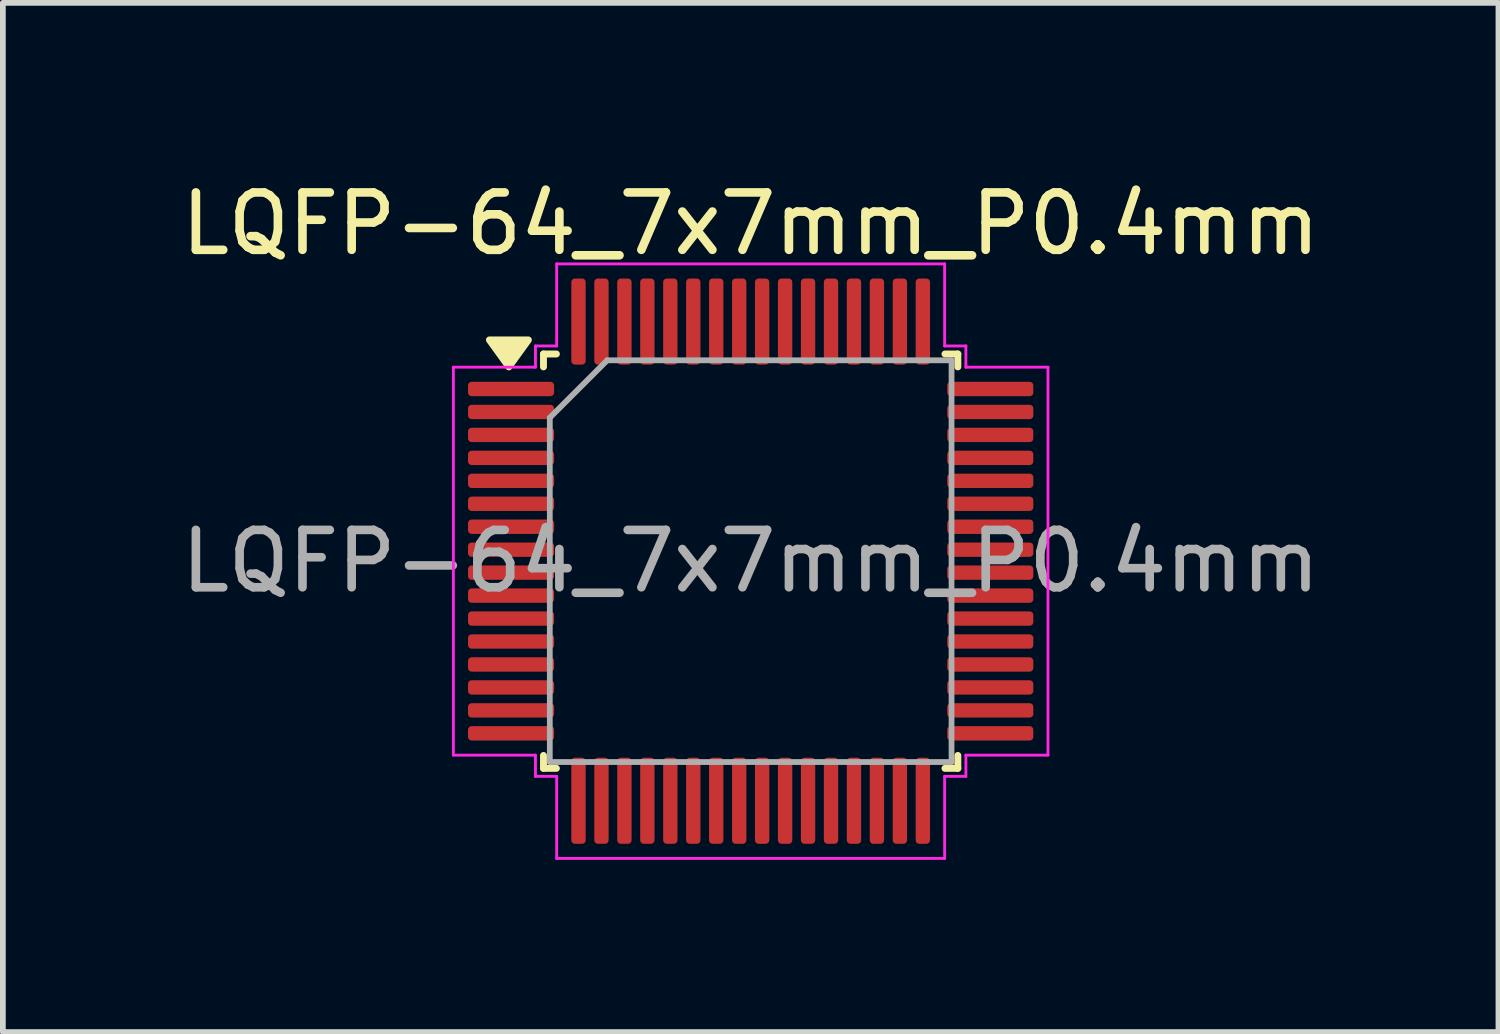
<source format=kicad_pcb>
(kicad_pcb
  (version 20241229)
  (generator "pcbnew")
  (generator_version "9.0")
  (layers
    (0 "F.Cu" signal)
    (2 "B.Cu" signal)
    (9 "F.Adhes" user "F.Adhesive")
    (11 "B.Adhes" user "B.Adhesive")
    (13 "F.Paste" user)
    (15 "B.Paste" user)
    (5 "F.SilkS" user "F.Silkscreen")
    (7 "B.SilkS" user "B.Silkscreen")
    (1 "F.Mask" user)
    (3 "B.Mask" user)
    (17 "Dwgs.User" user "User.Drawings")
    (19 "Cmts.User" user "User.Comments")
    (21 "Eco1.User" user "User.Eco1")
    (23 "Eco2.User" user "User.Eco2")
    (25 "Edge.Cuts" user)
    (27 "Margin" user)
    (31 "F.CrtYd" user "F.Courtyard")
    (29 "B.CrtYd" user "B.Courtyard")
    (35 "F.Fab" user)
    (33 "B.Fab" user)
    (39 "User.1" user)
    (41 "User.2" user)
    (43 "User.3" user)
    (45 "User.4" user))
  (footprint "LQFP-64_7x7mm_P0.4mm"
    (layer "F.Cu")
    (at 10.03 6.728)
    (property "Reference" "LQFP-64_7x7mm_P0.4mm" (at 0 -5.88 0) (layer "F.SilkS") (effects (font (size 1 1) (thickness 0.15))))
    (attr smd)
    (fp_line (start -3.61 -3.61) (end -3.61 -3.385) (stroke (width 0.12) (type solid)) (layer "F.SilkS"))
    (fp_line (start -3.61 3.61) (end -3.61 3.385) (stroke (width 0.12) (type solid)) (layer "F.SilkS"))
    (fp_line (start -3.385 -3.61) (end -3.61 -3.61) (stroke (width 0.12) (type solid)) (layer "F.SilkS"))
    (fp_line (start -3.385 3.61) (end -3.61 3.61) (stroke (width 0.12) (type solid)) (layer "F.SilkS"))
    (fp_line (start 3.385 -3.61) (end 3.61 -3.61) (stroke (width 0.12) (type solid)) (layer "F.SilkS"))
    (fp_line (start 3.385 3.61) (end 3.61 3.61) (stroke (width 0.12) (type solid)) (layer "F.SilkS"))
    (fp_line (start 3.61 -3.61) (end 3.61 -3.385) (stroke (width 0.12) (type solid)) (layer "F.SilkS"))
    (fp_line (start 3.61 3.61) (end 3.61 3.385) (stroke (width 0.12) (type solid)) (layer "F.SilkS"))
    (fp_poly (pts (xy -4.213 -3.385) (xy -4.553 -3.855) (xy -3.873 -3.855)) (stroke (width 0.12) (type solid)) (fill yes) (layer "F.SilkS"))
    (fp_line (start -5.18 -3.38) (end -3.75 -3.38) (stroke (width 0.05) (type solid)) (layer "F.CrtYd"))
    (fp_line (start -5.18 3.38) (end -5.18 -3.38) (stroke (width 0.05) (type solid)) (layer "F.CrtYd"))
    (fp_line (start -3.75 -3.75) (end -3.38 -3.75) (stroke (width 0.05) (type solid)) (layer "F.CrtYd"))
    (fp_line (start -3.75 -3.38) (end -3.75 -3.75) (stroke (width 0.05) (type solid)) (layer "F.CrtYd"))
    (fp_line (start -3.75 3.38) (end -5.18 3.38) (stroke (width 0.05) (type solid)) (layer "F.CrtYd"))
    (fp_line (start -3.75 3.75) (end -3.75 3.38) (stroke (width 0.05) (type solid)) (layer "F.CrtYd"))
    (fp_line (start -3.38 -5.18) (end 3.38 -5.18) (stroke (width 0.05) (type solid)) (layer "F.CrtYd"))
    (fp_line (start -3.38 -3.75) (end -3.38 -5.18) (stroke (width 0.05) (type solid)) (layer "F.CrtYd"))
    (fp_line (start -3.38 3.75) (end -3.75 3.75) (stroke (width 0.05) (type solid)) (layer "F.CrtYd"))
    (fp_line (start -3.38 5.18) (end -3.38 3.75) (stroke (width 0.05) (type solid)) (layer "F.CrtYd"))
    (fp_line (start 3.38 -5.18) (end 3.38 -3.75) (stroke (width 0.05) (type solid)) (layer "F.CrtYd"))
    (fp_line (start 3.38 -3.75) (end 3.75 -3.75) (stroke (width 0.05) (type solid)) (layer "F.CrtYd"))
    (fp_line (start 3.38 3.75) (end 3.38 5.18) (stroke (width 0.05) (type solid)) (layer "F.CrtYd"))
    (fp_line (start 3.38 5.18) (end -3.38 5.18) (stroke (width 0.05) (type solid)) (layer "F.CrtYd"))
    (fp_line (start 3.75 -3.75) (end 3.75 -3.38) (stroke (width 0.05) (type solid)) (layer "F.CrtYd"))
    (fp_line (start 3.75 -3.38) (end 5.18 -3.38) (stroke (width 0.05) (type solid)) (layer "F.CrtYd"))
    (fp_line (start 3.75 3.38) (end 3.75 3.75) (stroke (width 0.05) (type solid)) (layer "F.CrtYd"))
    (fp_line (start 3.75 3.75) (end 3.38 3.75) (stroke (width 0.05) (type solid)) (layer "F.CrtYd"))
    (fp_line (start 5.18 -3.38) (end 5.18 3.38) (stroke (width 0.05) (type solid)) (layer "F.CrtYd"))
    (fp_line (start 5.18 3.38) (end 3.75 3.38) (stroke (width 0.05) (type solid)) (layer "F.CrtYd"))
    (fp_line (start -3.5 -2.5) (end -2.5 -3.5) (stroke (width 0.1) (type solid)) (layer "F.Fab"))
    (fp_line (start -3.5 3.5) (end -3.5 -2.5) (stroke (width 0.1) (type solid)) (layer "F.Fab"))
    (fp_line (start -2.5 -3.5) (end 3.5 -3.5) (stroke (width 0.1) (type solid)) (layer "F.Fab"))
    (fp_line (start 3.5 -3.5) (end 3.5 3.5) (stroke (width 0.1) (type solid)) (layer "F.Fab"))
    (fp_line (start 3.5 3.5) (end -3.5 3.5) (stroke (width 0.1) (type solid)) (layer "F.Fab"))
    (fp_text user "${REFERENCE}" (at 0 0 0) (layer "F.Fab") (effects (font (size 1 1) (thickness 0.15))))
    (pad "1" smd roundrect (at -4.175 -3) (size 1.5 0.25) (layers "F.Cu" "F.Mask" "F.Paste") (roundrect_rratio 0.25))
    (pad "2" smd roundrect (at -4.175 -2.6) (size 1.5 0.25) (layers "F.Cu" "F.Mask" "F.Paste") (roundrect_rratio 0.25))
    (pad "3" smd roundrect (at -4.175 -2.2) (size 1.5 0.25) (layers "F.Cu" "F.Mask" "F.Paste") (roundrect_rratio 0.25))
    (pad "4" smd roundrect (at -4.175 -1.8) (size 1.5 0.25) (layers "F.Cu" "F.Mask" "F.Paste") (roundrect_rratio 0.25))
    (pad "5" smd roundrect (at -4.175 -1.4) (size 1.5 0.25) (layers "F.Cu" "F.Mask" "F.Paste") (roundrect_rratio 0.25))
    (pad "6" smd roundrect (at -4.175 -1) (size 1.5 0.25) (layers "F.Cu" "F.Mask" "F.Paste") (roundrect_rratio 0.25))
    (pad "7" smd roundrect (at -4.175 -0.6) (size 1.5 0.25) (layers "F.Cu" "F.Mask" "F.Paste") (roundrect_rratio 0.25))
    (pad "8" smd roundrect (at -4.175 -0.2) (size 1.5 0.25) (layers "F.Cu" "F.Mask" "F.Paste") (roundrect_rratio 0.25))
    (pad "9" smd roundrect (at -4.175 0.2) (size 1.5 0.25) (layers "F.Cu" "F.Mask" "F.Paste") (roundrect_rratio 0.25))
    (pad "10" smd roundrect (at -4.175 0.6) (size 1.5 0.25) (layers "F.Cu" "F.Mask" "F.Paste") (roundrect_rratio 0.25))
    (pad "11" smd roundrect (at -4.175 1) (size 1.5 0.25) (layers "F.Cu" "F.Mask" "F.Paste") (roundrect_rratio 0.25))
    (pad "12" smd roundrect (at -4.175 1.4) (size 1.5 0.25) (layers "F.Cu" "F.Mask" "F.Paste") (roundrect_rratio 0.25))
    (pad "13" smd roundrect (at -4.175 1.8) (size 1.5 0.25) (layers "F.Cu" "F.Mask" "F.Paste") (roundrect_rratio 0.25))
    (pad "14" smd roundrect (at -4.175 2.2) (size 1.5 0.25) (layers "F.Cu" "F.Mask" "F.Paste") (roundrect_rratio 0.25))
    (pad "15" smd roundrect (at -4.175 2.6) (size 1.5 0.25) (layers "F.Cu" "F.Mask" "F.Paste") (roundrect_rratio 0.25))
    (pad "16" smd roundrect (at -4.175 3) (size 1.5 0.25) (layers "F.Cu" "F.Mask" "F.Paste") (roundrect_rratio 0.25))
    (pad "17" smd roundrect (at -3 4.175) (size 0.25 1.5) (layers "F.Cu" "F.Mask" "F.Paste") (roundrect_rratio 0.25))
    (pad "18" smd roundrect (at -2.6 4.175) (size 0.25 1.5) (layers "F.Cu" "F.Mask" "F.Paste") (roundrect_rratio 0.25))
    (pad "19" smd roundrect (at -2.2 4.175) (size 0.25 1.5) (layers "F.Cu" "F.Mask" "F.Paste") (roundrect_rratio 0.25))
    (pad "20" smd roundrect (at -1.8 4.175) (size 0.25 1.5) (layers "F.Cu" "F.Mask" "F.Paste") (roundrect_rratio 0.25))
    (pad "21" smd roundrect (at -1.4 4.175) (size 0.25 1.5) (layers "F.Cu" "F.Mask" "F.Paste") (roundrect_rratio 0.25))
    (pad "22" smd roundrect (at -1 4.175) (size 0.25 1.5) (layers "F.Cu" "F.Mask" "F.Paste") (roundrect_rratio 0.25))
    (pad "23" smd roundrect (at -0.6 4.175) (size 0.25 1.5) (layers "F.Cu" "F.Mask" "F.Paste") (roundrect_rratio 0.25))
    (pad "24" smd roundrect (at -0.2 4.175) (size 0.25 1.5) (layers "F.Cu" "F.Mask" "F.Paste") (roundrect_rratio 0.25))
    (pad "25" smd roundrect (at 0.2 4.175) (size 0.25 1.5) (layers "F.Cu" "F.Mask" "F.Paste") (roundrect_rratio 0.25))
    (pad "26" smd roundrect (at 0.6 4.175) (size 0.25 1.5) (layers "F.Cu" "F.Mask" "F.Paste") (roundrect_rratio 0.25))
    (pad "27" smd roundrect (at 1 4.175) (size 0.25 1.5) (layers "F.Cu" "F.Mask" "F.Paste") (roundrect_rratio 0.25))
    (pad "28" smd roundrect (at 1.4 4.175) (size 0.25 1.5) (layers "F.Cu" "F.Mask" "F.Paste") (roundrect_rratio 0.25))
    (pad "29" smd roundrect (at 1.8 4.175) (size 0.25 1.5) (layers "F.Cu" "F.Mask" "F.Paste") (roundrect_rratio 0.25))
    (pad "30" smd roundrect (at 2.2 4.175) (size 0.25 1.5) (layers "F.Cu" "F.Mask" "F.Paste") (roundrect_rratio 0.25))
    (pad "31" smd roundrect (at 2.6 4.175) (size 0.25 1.5) (layers "F.Cu" "F.Mask" "F.Paste") (roundrect_rratio 0.25))
    (pad "32" smd roundrect (at 3 4.175) (size 0.25 1.5) (layers "F.Cu" "F.Mask" "F.Paste") (roundrect_rratio 0.25))
    (pad "33" smd roundrect (at 4.175 3) (size 1.5 0.25) (layers "F.Cu" "F.Mask" "F.Paste") (roundrect_rratio 0.25))
    (pad "34" smd roundrect (at 4.175 2.6) (size 1.5 0.25) (layers "F.Cu" "F.Mask" "F.Paste") (roundrect_rratio 0.25))
    (pad "35" smd roundrect (at 4.175 2.2) (size 1.5 0.25) (layers "F.Cu" "F.Mask" "F.Paste") (roundrect_rratio 0.25))
    (pad "36" smd roundrect (at 4.175 1.8) (size 1.5 0.25) (layers "F.Cu" "F.Mask" "F.Paste") (roundrect_rratio 0.25))
    (pad "37" smd roundrect (at 4.175 1.4) (size 1.5 0.25) (layers "F.Cu" "F.Mask" "F.Paste") (roundrect_rratio 0.25))
    (pad "38" smd roundrect (at 4.175 1) (size 1.5 0.25) (layers "F.Cu" "F.Mask" "F.Paste") (roundrect_rratio 0.25))
    (pad "39" smd roundrect (at 4.175 0.6) (size 1.5 0.25) (layers "F.Cu" "F.Mask" "F.Paste") (roundrect_rratio 0.25))
    (pad "40" smd roundrect (at 4.175 0.2) (size 1.5 0.25) (layers "F.Cu" "F.Mask" "F.Paste") (roundrect_rratio 0.25))
    (pad "41" smd roundrect (at 4.175 -0.2) (size 1.5 0.25) (layers "F.Cu" "F.Mask" "F.Paste") (roundrect_rratio 0.25))
    (pad "42" smd roundrect (at 4.175 -0.6) (size 1.5 0.25) (layers "F.Cu" "F.Mask" "F.Paste") (roundrect_rratio 0.25))
    (pad "43" smd roundrect (at 4.175 -1) (size 1.5 0.25) (layers "F.Cu" "F.Mask" "F.Paste") (roundrect_rratio 0.25))
    (pad "44" smd roundrect (at 4.175 -1.4) (size 1.5 0.25) (layers "F.Cu" "F.Mask" "F.Paste") (roundrect_rratio 0.25))
    (pad "45" smd roundrect (at 4.175 -1.8) (size 1.5 0.25) (layers "F.Cu" "F.Mask" "F.Paste") (roundrect_rratio 0.25))
    (pad "46" smd roundrect (at 4.175 -2.2) (size 1.5 0.25) (layers "F.Cu" "F.Mask" "F.Paste") (roundrect_rratio 0.25))
    (pad "47" smd roundrect (at 4.175 -2.6) (size 1.5 0.25) (layers "F.Cu" "F.Mask" "F.Paste") (roundrect_rratio 0.25))
    (pad "48" smd roundrect (at 4.175 -3) (size 1.5 0.25) (layers "F.Cu" "F.Mask" "F.Paste") (roundrect_rratio 0.25))
    (pad "49" smd roundrect (at 3 -4.175) (size 0.25 1.5) (layers "F.Cu" "F.Mask" "F.Paste") (roundrect_rratio 0.25))
    (pad "50" smd roundrect (at 2.6 -4.175) (size 0.25 1.5) (layers "F.Cu" "F.Mask" "F.Paste") (roundrect_rratio 0.25))
    (pad "51" smd roundrect (at 2.2 -4.175) (size 0.25 1.5) (layers "F.Cu" "F.Mask" "F.Paste") (roundrect_rratio 0.25))
    (pad "52" smd roundrect (at 1.8 -4.175) (size 0.25 1.5) (layers "F.Cu" "F.Mask" "F.Paste") (roundrect_rratio 0.25))
    (pad "53" smd roundrect (at 1.4 -4.175) (size 0.25 1.5) (layers "F.Cu" "F.Mask" "F.Paste") (roundrect_rratio 0.25))
    (pad "54" smd roundrect (at 1 -4.175) (size 0.25 1.5) (layers "F.Cu" "F.Mask" "F.Paste") (roundrect_rratio 0.25))
    (pad "55" smd roundrect (at 0.6 -4.175) (size 0.25 1.5) (layers "F.Cu" "F.Mask" "F.Paste") (roundrect_rratio 0.25))
    (pad "56" smd roundrect (at 0.2 -4.175) (size 0.25 1.5) (layers "F.Cu" "F.Mask" "F.Paste") (roundrect_rratio 0.25))
    (pad "57" smd roundrect (at -0.2 -4.175) (size 0.25 1.5) (layers "F.Cu" "F.Mask" "F.Paste") (roundrect_rratio 0.25))
    (pad "58" smd roundrect (at -0.6 -4.175) (size 0.25 1.5) (layers "F.Cu" "F.Mask" "F.Paste") (roundrect_rratio 0.25))
    (pad "59" smd roundrect (at -1 -4.175) (size 0.25 1.5) (layers "F.Cu" "F.Mask" "F.Paste") (roundrect_rratio 0.25))
    (pad "60" smd roundrect (at -1.4 -4.175) (size 0.25 1.5) (layers "F.Cu" "F.Mask" "F.Paste") (roundrect_rratio 0.25))
    (pad "61" smd roundrect (at -1.8 -4.175) (size 0.25 1.5) (layers "F.Cu" "F.Mask" "F.Paste") (roundrect_rratio 0.25))
    (pad "62" smd roundrect (at -2.2 -4.175) (size 0.25 1.5) (layers "F.Cu" "F.Mask" "F.Paste") (roundrect_rratio 0.25))
    (pad "63" smd roundrect (at -2.6 -4.175) (size 0.25 1.5) (layers "F.Cu" "F.Mask" "F.Paste") (roundrect_rratio 0.25))
    (pad "64" smd roundrect (at -3 -4.175) (size 0.25 1.5) (layers "F.Cu" "F.Mask" "F.Paste") (roundrect_rratio 0.25)))
  (gr_rect
    (start -3 -3)
    (end 23.06 14.933)
    (stroke (width 0.1) (type default))
    (fill no)
    (layer "Edge.Cuts")))
</source>
